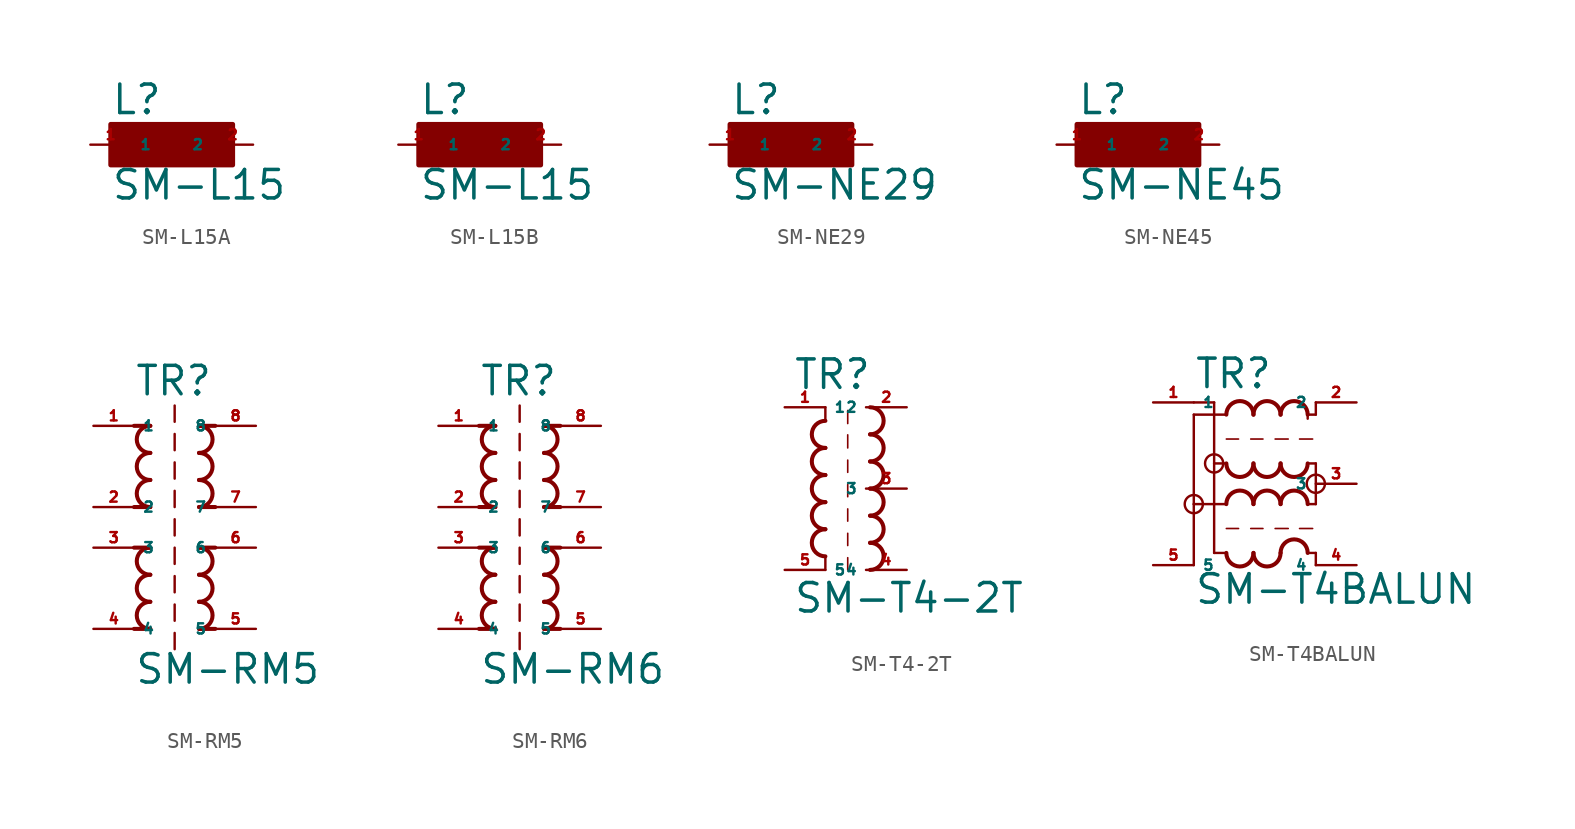
<source format=kicad_sym>
(kicad_symbol_lib
  (version 20220914)
  (generator kicad_symbol_editor)
  (symbol "SM-L15A"
    (property "Reference" "L"
      (at -3.81 1.778 0)
      (effects (font (size 1.778 1.778) (thickness 0.22)) (justify left bottom)))
    (property "Value" "SM-L15"
      (at -3.81 -3.556 0)
      (effects (font (size 1.778 1.778) (thickness 0.22)) (justify left bottom)))
    (symbol "SM-L15A_1_1"
      (rectangle (start -3.81 -1.27) (end 3.81 1.27) (stroke (width 0.3) (type default)) (fill (type outline)))
      (pin passive line (at -5.08 0 0) (length 2.54) (name "1" (effects (font (size 0.635 0.635)))) (number "1" (effects (font (size 0.635 0.635)))))
      (pin passive line (at 5.08 0 180) (length 2.54) (name "2" (effects (font (size 0.635 0.635)))) (number "2" (effects (font (size 0.635 0.635)))))))
  (symbol "SM-L15B"
    (property "Reference" "L"
      (at -3.81 1.778 0)
      (effects (font (size 1.778 1.778) (thickness 0.22)) (justify left bottom)))
    (property "Value" "SM-L15"
      (at -3.81 -3.556 0)
      (effects (font (size 1.778 1.778) (thickness 0.22)) (justify left bottom)))
    (symbol "SM-L15B_1_1"
      (rectangle (start -3.81 -1.27) (end 3.81 1.27) (stroke (width 0.3) (type default)) (fill (type outline)))
      (pin passive line (at -5.08 0 0) (length 2.54) (name "1" (effects (font (size 0.635 0.635)))) (number "1" (effects (font (size 0.635 0.635)))))
      (pin passive line (at 5.08 0 180) (length 2.54) (name "2" (effects (font (size 0.635 0.635)))) (number "2" (effects (font (size 0.635 0.635)))))))
  (symbol "SM-NE29"
    (property "Reference" "L"
      (at -3.81 1.778 0)
      (effects (font (size 1.778 1.778) (thickness 0.22)) (justify left bottom)))
    (property "Value" "SM-NE29"
      (at -3.81 -3.556 0)
      (effects (font (size 1.778 1.778) (thickness 0.22)) (justify left bottom)))
    (symbol "SM-NE29_1_1"
      (rectangle (start -3.81 -1.27) (end 3.81 1.27) (stroke (width 0.3) (type default)) (fill (type outline)))
      (pin passive line (at -5.08 0 0) (length 2.54) (name "1" (effects (font (size 0.635 0.635)))) (number "1" (effects (font (size 0.635 0.635)))))
      (pin passive line (at 5.08 0 180) (length 2.54) (name "2" (effects (font (size 0.635 0.635)))) (number "2" (effects (font (size 0.635 0.635)))))))
  (symbol "SM-NE45"
    (property "Reference" "L"
      (at -3.81 1.778 0)
      (effects (font (size 1.778 1.778) (thickness 0.22)) (justify left bottom)))
    (property "Value" "SM-NE45"
      (at -3.81 -3.556 0)
      (effects (font (size 1.778 1.778) (thickness 0.22)) (justify left bottom)))
    (symbol "SM-NE45_1_1"
      (rectangle (start -3.81 -1.27) (end 3.81 1.27) (stroke (width 0.3) (type default)) (fill (type outline)))
      (pin passive line (at -5.08 0 0) (length 2.54) (name "1" (effects (font (size 0.635 0.635)))) (number "1" (effects (font (size 0.635 0.635)))))
      (pin passive line (at 5.08 0 180) (length 2.54) (name "2" (effects (font (size 0.635 0.635)))) (number "2" (effects (font (size 0.635 0.635)))))))
  (symbol "SM-RM5"
    (property "Reference" "TR"
      (at -2.54 9.398 0)
      (effects (font (size 1.778 1.778) (thickness 0.22)) (justify left bottom)))
    (property "Value" "SM-RM5"
      (at -2.54 -8.636 0)
      (effects (font (size 1.778 1.778) (thickness 0.22)) (justify left bottom)))
    (symbol "SM-RM5_1_1"
      (arc (start -1.524 -3.3866) (mid -2.3704 -4.2333) (end -1.524 -5.08) (stroke (width 0.254) (type default)) (fill (type none)))
      (arc (start -1.524 -1.6932) (mid -2.3704 -2.5399) (end -1.524 -3.3866) (stroke (width 0.254) (type default)) (fill (type none)))
      (arc (start -1.524 0) (mid -2.3704 -0.8467) (end -1.524 -1.6934) (stroke (width 0.254) (type default)) (fill (type none)))
      (arc (start -1.524 4.2334) (mid -2.3704 3.3867) (end -1.524 2.54) (stroke (width 0.254) (type default)) (fill (type none)))
      (arc (start -1.524 5.9266) (mid -2.3702 5.08) (end -1.524 4.2334) (stroke (width 0.254) (type default)) (fill (type none)))
      (arc (start -1.524 7.62) (mid -2.3704 6.7733) (end -1.524 5.9266) (stroke (width 0.254) (type default)) (fill (type none)))
      (polyline (pts (xy -2.54 -5.08) (xy -1.524 -5.08)) (stroke (width 0.254) (type default)) (fill (type none)))
      (polyline (pts (xy -2.54 0) (xy -1.524 0)) (stroke (width 0.254) (type default)) (fill (type none)))
      (polyline (pts (xy -2.54 2.54) (xy -1.524 2.54)) (stroke (width 0.254) (type default)) (fill (type none)))
      (polyline (pts (xy -2.54 7.62) (xy -1.524 7.62)) (stroke (width 0.254) (type default)) (fill (type none)))
      (polyline (pts (xy 0 -6.35) (xy 0 -5.334)) (stroke (width 0.152) (type default)) (fill (type none)))
      (polyline (pts (xy 0 -4.572) (xy 0 -3.556)) (stroke (width 0.152) (type default)) (fill (type none)))
      (polyline (pts (xy 0 -2.794) (xy 0 -1.778)) (stroke (width 0.152) (type default)) (fill (type none)))
      (polyline (pts (xy 0 -1.016) (xy 0 0)) (stroke (width 0.152) (type default)) (fill (type none)))
      (polyline (pts (xy 0 0.762) (xy 0 1.778)) (stroke (width 0.152) (type default)) (fill (type none)))
      (polyline (pts (xy 0 2.54) (xy 0 3.556)) (stroke (width 0.152) (type default)) (fill (type none)))
      (polyline (pts (xy 0 4.318) (xy 0 5.334)) (stroke (width 0.152) (type default)) (fill (type none)))
      (polyline (pts (xy 0 6.096) (xy 0 7.112)) (stroke (width 0.152) (type default)) (fill (type none)))
      (polyline (pts (xy 0 7.874) (xy 0 8.89)) (stroke (width 0.152) (type default)) (fill (type none)))
      (polyline (pts (xy 1.524 -5.08) (xy 2.54 -5.08)) (stroke (width 0.254) (type default)) (fill (type none)))
      (polyline (pts (xy 1.524 0) (xy 2.54 0)) (stroke (width 0.254) (type default)) (fill (type none)))
      (polyline (pts (xy 1.524 2.54) (xy 2.54 2.54)) (stroke (width 0.254) (type default)) (fill (type none)))
      (polyline (pts (xy 1.524 7.62) (xy 2.54 7.62)) (stroke (width 0.254) (type default)) (fill (type none)))
      (arc (start 1.524 -5.08) (mid 2.3704 -4.2333) (end 1.524 -3.3866) (stroke (width 0.254) (type default)) (fill (type none)))
      (arc (start 1.524 -3.3866) (mid 2.3702 -2.54) (end 1.524 -1.6934) (stroke (width 0.254) (type default)) (fill (type none)))
      (arc (start 1.524 -1.6934) (mid 2.3704 -0.8467) (end 1.524 0) (stroke (width 0.254) (type default)) (fill (type none)))
      (arc (start 1.524 2.54) (mid 2.3704 3.3867) (end 1.524 4.2334) (stroke (width 0.254) (type default)) (fill (type none)))
      (arc (start 1.524 4.2332) (mid 2.3704 5.0799) (end 1.524 5.9266) (stroke (width 0.254) (type default)) (fill (type none)))
      (arc (start 1.524 5.9266) (mid 2.3704 6.7733) (end 1.524 7.62) (stroke (width 0.254) (type default)) (fill (type none)))
      (pin passive line (at -5.08 7.62 0) (length 2.54) (name "1" (effects (font (size 0.635 0.635)))) (number "1" (effects (font (size 0.635 0.635)))))
      (pin passive line (at -5.08 2.54 0) (length 2.54) (name "2" (effects (font (size 0.635 0.635)))) (number "2" (effects (font (size 0.635 0.635)))))
      (pin passive line (at -5.08 0 0) (length 2.54) (name "3" (effects (font (size 0.635 0.635)))) (number "3" (effects (font (size 0.635 0.635)))))
      (pin passive line (at -5.08 -5.08 0) (length 2.54) (name "4" (effects (font (size 0.635 0.635)))) (number "4" (effects (font (size 0.635 0.635)))))
      (pin passive line (at 5.08 -5.08 180) (length 2.54) (name "5" (effects (font (size 0.635 0.635)))) (number "5" (effects (font (size 0.635 0.635)))))
      (pin passive line (at 5.08 0 180) (length 2.54) (name "6" (effects (font (size 0.635 0.635)))) (number "6" (effects (font (size 0.635 0.635)))))
      (pin passive line (at 5.08 2.54 180) (length 2.54) (name "7" (effects (font (size 0.635 0.635)))) (number "7" (effects (font (size 0.635 0.635)))))
      (pin passive line (at 5.08 7.62 180) (length 2.54) (name "8" (effects (font (size 0.635 0.635)))) (number "8" (effects (font (size 0.635 0.635)))))))
  (symbol "SM-RM6"
    (property "Reference" "TR"
      (at -2.54 9.398 0)
      (effects (font (size 1.778 1.778) (thickness 0.22)) (justify left bottom)))
    (property "Value" "SM-RM6"
      (at -2.54 -8.636 0)
      (effects (font (size 1.778 1.778) (thickness 0.22)) (justify left bottom)))
    (symbol "SM-RM6_1_1"
      (arc (start -1.524 -3.3866) (mid -2.3704 -4.2333) (end -1.524 -5.08) (stroke (width 0.254) (type default)) (fill (type none)))
      (arc (start -1.524 -1.6932) (mid -2.3704 -2.5399) (end -1.524 -3.3866) (stroke (width 0.254) (type default)) (fill (type none)))
      (arc (start -1.524 0) (mid -2.3704 -0.8467) (end -1.524 -1.6934) (stroke (width 0.254) (type default)) (fill (type none)))
      (arc (start -1.524 4.2334) (mid -2.3704 3.3867) (end -1.524 2.54) (stroke (width 0.254) (type default)) (fill (type none)))
      (arc (start -1.524 5.9266) (mid -2.3702 5.08) (end -1.524 4.2334) (stroke (width 0.254) (type default)) (fill (type none)))
      (arc (start -1.524 7.62) (mid -2.3704 6.7733) (end -1.524 5.9266) (stroke (width 0.254) (type default)) (fill (type none)))
      (polyline (pts (xy -2.54 -5.08) (xy -1.524 -5.08)) (stroke (width 0.254) (type default)) (fill (type none)))
      (polyline (pts (xy -2.54 0) (xy -1.524 0)) (stroke (width 0.254) (type default)) (fill (type none)))
      (polyline (pts (xy -2.54 2.54) (xy -1.524 2.54)) (stroke (width 0.254) (type default)) (fill (type none)))
      (polyline (pts (xy -2.54 7.62) (xy -1.524 7.62)) (stroke (width 0.254) (type default)) (fill (type none)))
      (polyline (pts (xy 0 -6.35) (xy 0 -5.334)) (stroke (width 0.152) (type default)) (fill (type none)))
      (polyline (pts (xy 0 -4.572) (xy 0 -3.556)) (stroke (width 0.152) (type default)) (fill (type none)))
      (polyline (pts (xy 0 -2.794) (xy 0 -1.778)) (stroke (width 0.152) (type default)) (fill (type none)))
      (polyline (pts (xy 0 -1.016) (xy 0 0)) (stroke (width 0.152) (type default)) (fill (type none)))
      (polyline (pts (xy 0 0.762) (xy 0 1.778)) (stroke (width 0.152) (type default)) (fill (type none)))
      (polyline (pts (xy 0 2.54) (xy 0 3.556)) (stroke (width 0.152) (type default)) (fill (type none)))
      (polyline (pts (xy 0 4.318) (xy 0 5.334)) (stroke (width 0.152) (type default)) (fill (type none)))
      (polyline (pts (xy 0 6.096) (xy 0 7.112)) (stroke (width 0.152) (type default)) (fill (type none)))
      (polyline (pts (xy 0 7.874) (xy 0 8.89)) (stroke (width 0.152) (type default)) (fill (type none)))
      (polyline (pts (xy 1.524 -5.08) (xy 2.54 -5.08)) (stroke (width 0.254) (type default)) (fill (type none)))
      (polyline (pts (xy 1.524 0) (xy 2.54 0)) (stroke (width 0.254) (type default)) (fill (type none)))
      (polyline (pts (xy 1.524 2.54) (xy 2.54 2.54)) (stroke (width 0.254) (type default)) (fill (type none)))
      (polyline (pts (xy 1.524 7.62) (xy 2.54 7.62)) (stroke (width 0.254) (type default)) (fill (type none)))
      (arc (start 1.524 -5.08) (mid 2.3704 -4.2333) (end 1.524 -3.3866) (stroke (width 0.254) (type default)) (fill (type none)))
      (arc (start 1.524 -3.3866) (mid 2.3702 -2.54) (end 1.524 -1.6934) (stroke (width 0.254) (type default)) (fill (type none)))
      (arc (start 1.524 -1.6934) (mid 2.3704 -0.8467) (end 1.524 0) (stroke (width 0.254) (type default)) (fill (type none)))
      (arc (start 1.524 2.54) (mid 2.3704 3.3867) (end 1.524 4.2334) (stroke (width 0.254) (type default)) (fill (type none)))
      (arc (start 1.524 4.2332) (mid 2.3704 5.0799) (end 1.524 5.9266) (stroke (width 0.254) (type default)) (fill (type none)))
      (arc (start 1.524 5.9266) (mid 2.3704 6.7733) (end 1.524 7.62) (stroke (width 0.254) (type default)) (fill (type none)))
      (pin passive line (at -5.08 7.62 0) (length 2.54) (name "1" (effects (font (size 0.635 0.635)))) (number "1" (effects (font (size 0.635 0.635)))))
      (pin passive line (at -5.08 2.54 0) (length 2.54) (name "2" (effects (font (size 0.635 0.635)))) (number "2" (effects (font (size 0.635 0.635)))))
      (pin passive line (at -5.08 0 0) (length 2.54) (name "3" (effects (font (size 0.635 0.635)))) (number "3" (effects (font (size 0.635 0.635)))))
      (pin passive line (at -5.08 -5.08 0) (length 2.54) (name "4" (effects (font (size 0.635 0.635)))) (number "4" (effects (font (size 0.635 0.635)))))
      (pin passive line (at 5.08 -5.08 180) (length 2.54) (name "5" (effects (font (size 0.635 0.635)))) (number "5" (effects (font (size 0.635 0.635)))))
      (pin passive line (at 5.08 0 180) (length 2.54) (name "6" (effects (font (size 0.635 0.635)))) (number "6" (effects (font (size 0.635 0.635)))))
      (pin passive line (at 5.08 2.54 180) (length 2.54) (name "7" (effects (font (size 0.635 0.635)))) (number "7" (effects (font (size 0.635 0.635)))))
      (pin passive line (at 5.08 7.62 180) (length 2.54) (name "8" (effects (font (size 0.635 0.635)))) (number "8" (effects (font (size 0.635 0.635)))))))
  (symbol "SM-T4-2T"
    (property "Reference" "TR"
      (at -4.572 6.096 0)
      (effects (font (size 1.778 1.778) (thickness 0.22)) (justify left bottom)))
    (property "Value" "SM-T4-2T"
      (at -4.572 -7.874 0)
      (effects (font (size 1.778 1.778) (thickness 0.22)) (justify left bottom)))
    (symbol "SM-T4-2T_1_1"
      (arc (start -2.54 -2.54) (mid -3.3864 -3.3867) (end -2.54 -4.2334) (stroke (width 0.254) (type default)) (fill (type none)))
      (arc (start -2.54 -0.8466) (mid -3.3864 -1.6933) (end -2.54 -2.54) (stroke (width 0.254) (type default)) (fill (type none)))
      (arc (start -2.54 0.8466) (mid -3.3862 0) (end -2.54 -0.8466) (stroke (width 0.254) (type default)) (fill (type none)))
      (arc (start -2.54 2.54) (mid -3.3864 1.6933) (end -2.54 0.8466) (stroke (width 0.254) (type default)) (fill (type none)))
      (arc (start -2.54 4.2334) (mid -3.3864 3.3867) (end -2.54 2.54) (stroke (width 0.254) (type default)) (fill (type none)))
      (polyline (pts (xy -2.54 -4.318) (xy -2.54 -5.08)) (stroke (width 0.152) (type default)) (fill (type none)))
      (polyline (pts (xy -2.54 5.08) (xy -2.54 4.318)) (stroke (width 0.152) (type default)) (fill (type none)))
      (polyline (pts (xy -1.143 -5.08) (xy -1.143 -4.318)) (stroke (width 0.102) (type default)) (fill (type none)))
      (polyline (pts (xy -1.143 -3.556) (xy -1.143 -2.794)) (stroke (width 0.102) (type default)) (fill (type none)))
      (polyline (pts (xy -1.143 -2.032) (xy -1.143 -1.27)) (stroke (width 0.102) (type default)) (fill (type none)))
      (polyline (pts (xy -1.143 -0.508) (xy -1.143 0.254)) (stroke (width 0.102) (type default)) (fill (type none)))
      (polyline (pts (xy -1.143 1.016) (xy -1.143 1.778)) (stroke (width 0.102) (type default)) (fill (type none)))
      (polyline (pts (xy -1.143 2.54) (xy -1.143 3.356)) (stroke (width 0.102) (type default)) (fill (type none)))
      (polyline (pts (xy -1.143 4.064) (xy -1.143 4.88)) (stroke (width 0.102) (type default)) (fill (type none)))
      (arc (start 0.254 -5.08) (mid 1.1004 -4.2333) (end 0.254 -3.3866) (stroke (width 0.254) (type default)) (fill (type none)))
      (arc (start 0.254 -3.3866) (mid 1.1002 -2.54) (end 0.254 -1.6934) (stroke (width 0.254) (type default)) (fill (type none)))
      (arc (start 0.254 -1.6934) (mid 1.1004 -0.8467) (end 0.254 0) (stroke (width 0.254) (type default)) (fill (type none)))
      (arc (start 0.254 0) (mid 1.1004 0.8467) (end 0.254 1.6934) (stroke (width 0.254) (type default)) (fill (type none)))
      (arc (start 0.254 1.6932) (mid 1.1004 2.5399) (end 0.254 3.3866) (stroke (width 0.254) (type default)) (fill (type none)))
      (arc (start 0.254 3.3866) (mid 1.1004 4.2333) (end 0.254 5.08) (stroke (width 0.254) (type default)) (fill (type none)))
      (pin passive line (at -5.08 5.08 0) (length 2.54) (name "1" (effects (font (size 0.635 0.635)))) (number "1" (effects (font (size 0.635 0.635)))))
      (pin passive line (at 2.54 5.08 180) (length 2.54) (name "2" (effects (font (size 0.635 0.635)))) (number "2" (effects (font (size 0.635 0.635)))))
      (pin passive line (at 2.54 0 180) (length 2.54) (name "3" (effects (font (size 0.635 0.635)))) (number "3" (effects (font (size 0.635 0.635)))))
      (pin passive line (at 2.54 -5.08 180) (length 2.54) (name "4" (effects (font (size 0.635 0.635)))) (number "4" (effects (font (size 0.635 0.635)))))
      (pin passive line (at -5.08 -5.08 0) (length 2.54) (name "5" (effects (font (size 0.635 0.635)))) (number "5" (effects (font (size 0.635 0.635)))))))
  (symbol "SM-T4BALUN"
    (property "Reference" "TR"
      (at -2.54 5.842 0)
      (effects (font (size 1.778 1.778) (thickness 0.22)) (justify left bottom)))
    (property "Value" "SM-T4BALUN"
      (at -2.54 -7.62 0)
      (effects (font (size 1.778 1.778) (thickness 0.22)) (justify left bottom)))
    (symbol "SM-T4BALUN_1_1"
      (circle (center -2.54 -1.27) (radius 0.568) (stroke (width 0) (type default)) (fill (type none)))
      (circle (center -1.27 1.27) (radius 0.568) (stroke (width 0) (type default)) (fill (type none)))
      (arc (start -0.508 -4.318) (mid 0.3386 -5.1642) (end 1.1852 -4.318) (stroke (width 0.254) (type default)) (fill (type none)))
      (arc (start -0.508 1.27) (mid 0.3386 0.4238) (end 1.1852 1.27) (stroke (width 0.254) (type default)) (fill (type none)))
      (polyline (pts (xy -2.54 -5.08) (xy -2.54 -1.27)) (stroke (width 0.152) (type default)) (fill (type none)))
      (polyline (pts (xy -2.54 -1.27) (xy -2.54 4.318)) (stroke (width 0.152) (type default)) (fill (type none)))
      (polyline (pts (xy -2.54 4.318) (xy -0.508 4.318)) (stroke (width 0.152) (type default)) (fill (type none)))
      (polyline (pts (xy -1.27 -4.318) (xy -0.508 -4.318)) (stroke (width 0.152) (type default)) (fill (type none)))
      (polyline (pts (xy -1.27 1.27) (xy -1.27 -4.318)) (stroke (width 0.152) (type default)) (fill (type none)))
      (polyline (pts (xy -1.27 5.08) (xy -2.54 5.08)) (stroke (width 0.152) (type default)) (fill (type none)))
      (polyline (pts (xy -1.27 5.08) (xy -1.27 1.27)) (stroke (width 0.152) (type default)) (fill (type none)))
      (polyline (pts (xy -0.508 -2.794) (xy 0.254 -2.794)) (stroke (width 0.102) (type default)) (fill (type none)))
      (polyline (pts (xy -0.508 -1.27) (xy -2.54 -1.27)) (stroke (width 0.152) (type default)) (fill (type none)))
      (polyline (pts (xy -0.508 1.27) (xy -1.27 1.27)) (stroke (width 0.152) (type default)) (fill (type none)))
      (polyline (pts (xy -0.508 2.794) (xy 0.254 2.794)) (stroke (width 0.102) (type default)) (fill (type none)))
      (polyline (pts (xy 1.016 -2.794) (xy 1.778 -2.794)) (stroke (width 0.102) (type default)) (fill (type none)))
      (polyline (pts (xy 1.016 2.794) (xy 1.778 2.794)) (stroke (width 0.102) (type default)) (fill (type none)))
      (polyline (pts (xy 2.54 -2.794) (xy 3.356 -2.794)) (stroke (width 0.102) (type default)) (fill (type none)))
      (polyline (pts (xy 2.54 2.794) (xy 3.356 2.794)) (stroke (width 0.102) (type default)) (fill (type none)))
      (polyline (pts (xy 4.064 -2.794) (xy 4.88 -2.794)) (stroke (width 0.102) (type default)) (fill (type none)))
      (polyline (pts (xy 4.064 2.794) (xy 4.88 2.794)) (stroke (width 0.102) (type default)) (fill (type none)))
      (polyline (pts (xy 4.572 1.27) (xy 5.08 1.27)) (stroke (width 0.152) (type default)) (fill (type none)))
      (polyline (pts (xy 4.572 4.064) (xy 4.572 4.318)) (stroke (width 0.152) (type default)) (fill (type none)))
      (polyline (pts (xy 4.572 4.318) (xy 5.08 4.318)) (stroke (width 0.152) (type default)) (fill (type none)))
      (polyline (pts (xy 5.08 -5.08) (xy 5.08 -4.318)) (stroke (width 0.152) (type default)) (fill (type none)))
      (polyline (pts (xy 5.08 -4.318) (xy 4.572 -4.318)) (stroke (width 0.152) (type default)) (fill (type none)))
      (polyline (pts (xy 5.08 -1.27) (xy 4.572 -1.27)) (stroke (width 0.152) (type default)) (fill (type none)))
      (polyline (pts (xy 5.08 1.27) (xy 5.08 -1.27)) (stroke (width 0.152) (type default)) (fill (type none)))
      (polyline (pts (xy 5.08 4.318) (xy 5.08 5.08)) (stroke (width 0.152) (type default)) (fill (type none)))
      (arc (start 1.1854 -4.318) (mid 2.032 -5.1642) (end 2.8786 -4.318) (stroke (width 0.254) (type default)) (fill (type none)))
      (arc (start 1.1854 -1.27) (mid 0.3387 -0.4236) (end -0.508 -1.27) (stroke (width 0.254) (type default)) (fill (type none)))
      (arc (start 1.1854 1.27) (mid 2.032 0.4238) (end 2.8786 1.27) (stroke (width 0.254) (type default)) (fill (type none)))
      (arc (start 1.1854 4.318) (mid 0.3387 5.1644) (end -0.508 4.318) (stroke (width 0.254) (type default)) (fill (type none)))
      (arc (start 2.8786 -1.27) (mid 2.032 -0.4238) (end 1.1854 -1.27) (stroke (width 0.254) (type default)) (fill (type none)))
      (arc (start 2.8786 1.27) (mid 3.7251 0.424) (end 4.5716 1.27) (stroke (width 0.254) (type default)) (fill (type none)))
      (arc (start 2.8786 4.318) (mid 2.032 5.1642) (end 1.1854 4.318) (stroke (width 0.254) (type default)) (fill (type none)))
      (arc (start 4.5716 -4.318) (mid 3.725 -3.472) (end 2.8786 -4.318) (stroke (width 0.254) (type default)) (fill (type none)))
      (arc (start 4.572 -1.27) (mid 3.7253 -0.4236) (end 2.8786 -1.27) (stroke (width 0.254) (type default)) (fill (type none)))
      (arc (start 4.572 4.318) (mid 3.7253 5.1644) (end 2.8786 4.318) (stroke (width 0.254) (type default)) (fill (type none)))
      (circle (center 5.08 0) (radius 0.568) (stroke (width 0) (type default)) (fill (type none)))
      (pin passive line (at -5.08 5.08 0) (length 2.54) (name "1" (effects (font (size 0.635 0.635)))) (number "1" (effects (font (size 0.635 0.635)))))
      (pin passive line (at 7.62 5.08 180) (length 2.54) (name "2" (effects (font (size 0.635 0.635)))) (number "2" (effects (font (size 0.635 0.635)))))
      (pin passive line (at 7.62 0 180) (length 2.54) (name "3" (effects (font (size 0.635 0.635)))) (number "3" (effects (font (size 0.635 0.635)))))
      (pin passive line (at 7.62 -5.08 180) (length 2.54) (name "4" (effects (font (size 0.635 0.635)))) (number "4" (effects (font (size 0.635 0.635)))))
      (pin passive line (at -5.08 -5.08 0) (length 2.54) (name "5" (effects (font (size 0.635 0.635)))) (number "5" (effects (font (size 0.635 0.635))))))))
</source>
